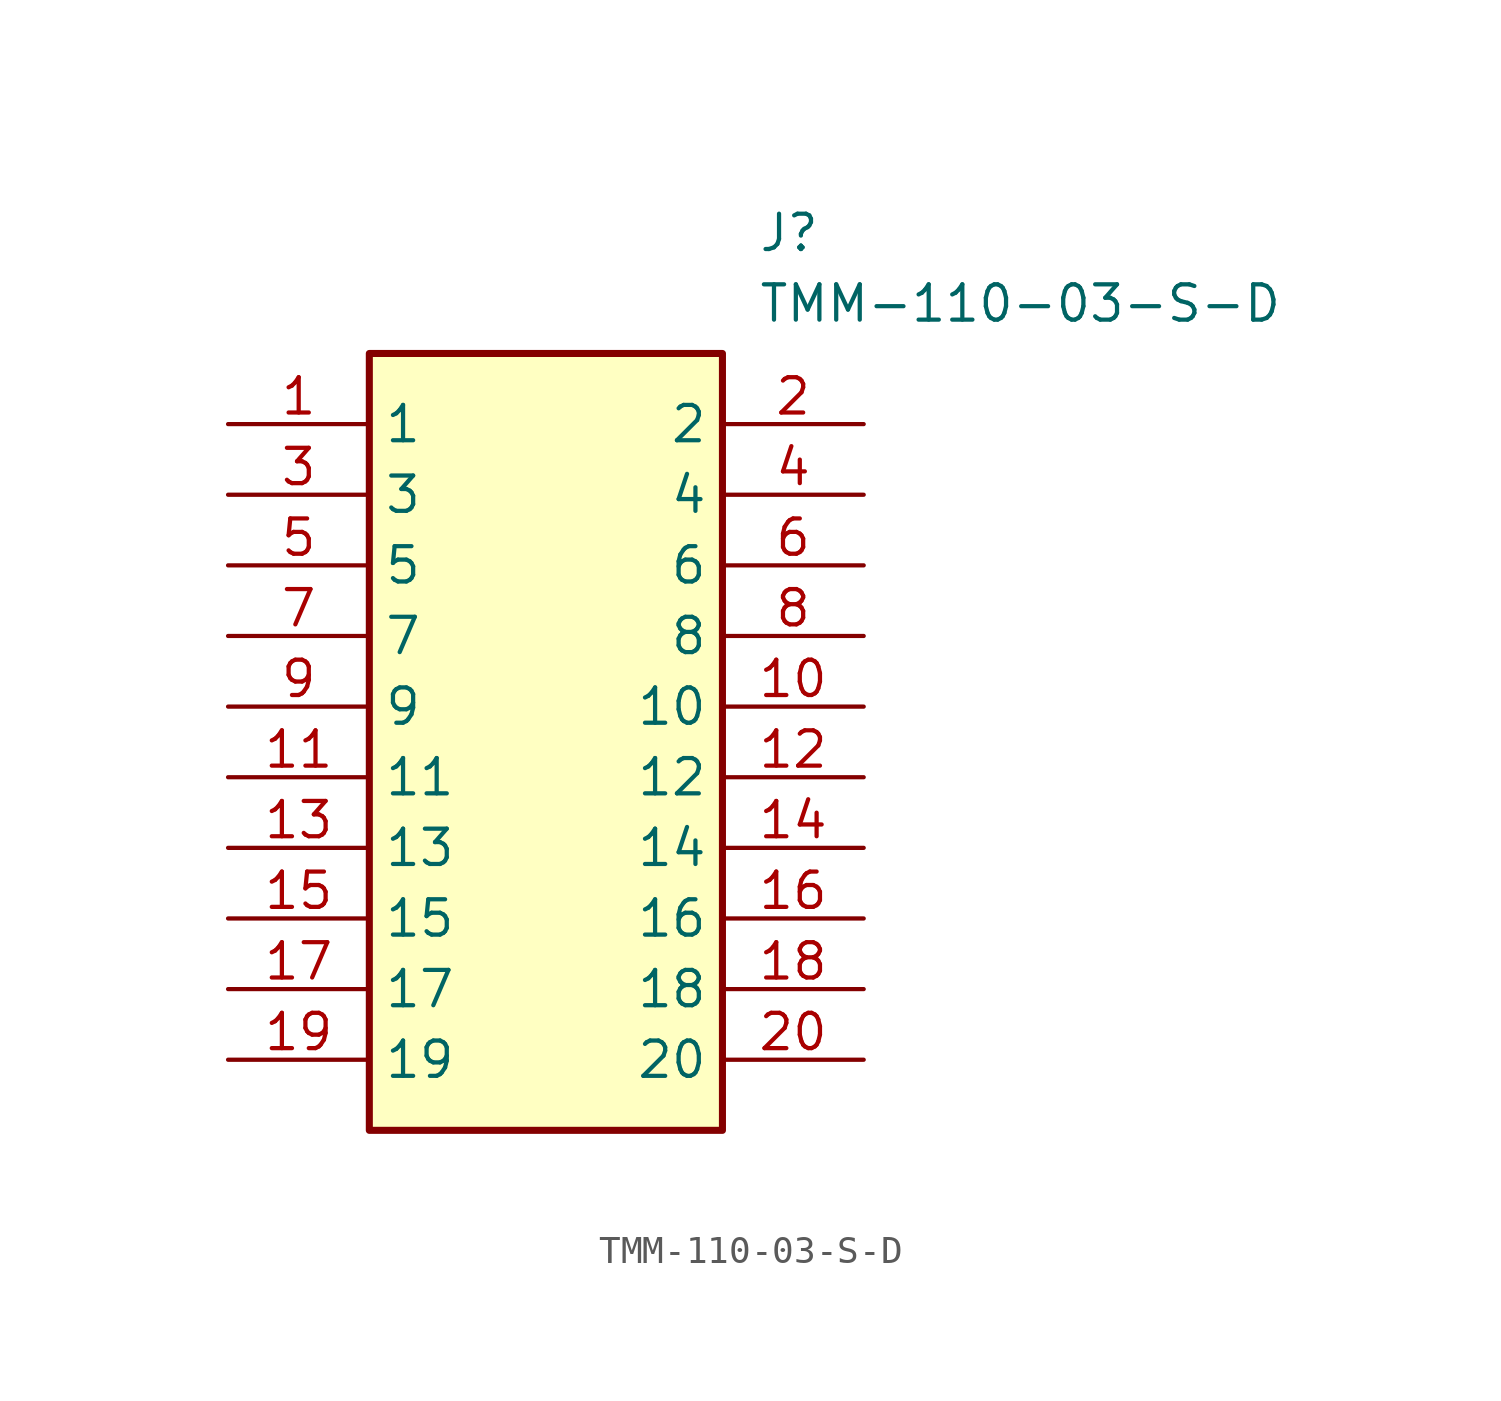
<source format=kicad_sym>
(kicad_symbol_lib
  (version 20220914)
  (generator SamacSys_ECAD_Model)
  (symbol "TMM-110-03-S-D"
    (property "Reference" "J"
      (at 19.05 7.62 0)
      (effects (font (size 1.27 1.27)) (justify left top)))
    (property "Value" "TMM-110-03-S-D"
      (at 19.05 5.08 0)
      (effects (font (size 1.27 1.27)) (justify left top)))
    (rectangle
      (start 5.08 2.54)
      (end 17.78 -25.4)
      (stroke (width 0.254) (type default))
      (fill (type background)))
    (pin passive line
      (at 0 0 0)
      (length 5.08)
      (name "1" (effects (font (size 1.27 1.27))))
      (number "1" (effects (font (size 1.27 1.27)))))
    (pin passive line
      (at 0 -2.54 0)
      (length 5.08)
      (name "3" (effects (font (size 1.27 1.27))))
      (number "3" (effects (font (size 1.27 1.27)))))
    (pin passive line
      (at 0 -5.08 0)
      (length 5.08)
      (name "5" (effects (font (size 1.27 1.27))))
      (number "5" (effects (font (size 1.27 1.27)))))
    (pin passive line
      (at 0 -7.62 0)
      (length 5.08)
      (name "7" (effects (font (size 1.27 1.27))))
      (number "7" (effects (font (size 1.27 1.27)))))
    (pin passive line
      (at 0 -10.16 0)
      (length 5.08)
      (name "9" (effects (font (size 1.27 1.27))))
      (number "9" (effects (font (size 1.27 1.27)))))
    (pin passive line
      (at 0 -12.7 0)
      (length 5.08)
      (name "11" (effects (font (size 1.27 1.27))))
      (number "11" (effects (font (size 1.27 1.27)))))
    (pin passive line
      (at 0 -15.24 0)
      (length 5.08)
      (name "13" (effects (font (size 1.27 1.27))))
      (number "13" (effects (font (size 1.27 1.27)))))
    (pin passive line
      (at 0 -17.78 0)
      (length 5.08)
      (name "15" (effects (font (size 1.27 1.27))))
      (number "15" (effects (font (size 1.27 1.27)))))
    (pin passive line
      (at 0 -20.32 0)
      (length 5.08)
      (name "17" (effects (font (size 1.27 1.27))))
      (number "17" (effects (font (size 1.27 1.27)))))
    (pin passive line
      (at 0 -22.86 0)
      (length 5.08)
      (name "19" (effects (font (size 1.27 1.27))))
      (number "19" (effects (font (size 1.27 1.27)))))
    (pin passive line
      (at 22.86 0 180)
      (length 5.08)
      (name "2" (effects (font (size 1.27 1.27))))
      (number "2" (effects (font (size 1.27 1.27)))))
    (pin passive line
      (at 22.86 -2.54 180)
      (length 5.08)
      (name "4" (effects (font (size 1.27 1.27))))
      (number "4" (effects (font (size 1.27 1.27)))))
    (pin passive line
      (at 22.86 -5.08 180)
      (length 5.08)
      (name "6" (effects (font (size 1.27 1.27))))
      (number "6" (effects (font (size 1.27 1.27)))))
    (pin passive line
      (at 22.86 -7.62 180)
      (length 5.08)
      (name "8" (effects (font (size 1.27 1.27))))
      (number "8" (effects (font (size 1.27 1.27)))))
    (pin passive line
      (at 22.86 -10.16 180)
      (length 5.08)
      (name "10" (effects (font (size 1.27 1.27))))
      (number "10" (effects (font (size 1.27 1.27)))))
    (pin passive line
      (at 22.86 -12.7 180)
      (length 5.08)
      (name "12" (effects (font (size 1.27 1.27))))
      (number "12" (effects (font (size 1.27 1.27)))))
    (pin passive line
      (at 22.86 -15.24 180)
      (length 5.08)
      (name "14" (effects (font (size 1.27 1.27))))
      (number "14" (effects (font (size 1.27 1.27)))))
    (pin passive line
      (at 22.86 -17.78 180)
      (length 5.08)
      (name "16" (effects (font (size 1.27 1.27))))
      (number "16" (effects (font (size 1.27 1.27)))))
    (pin passive line
      (at 22.86 -20.32 180)
      (length 5.08)
      (name "18" (effects (font (size 1.27 1.27))))
      (number "18" (effects (font (size 1.27 1.27)))))
    (pin passive line
      (at 22.86 -22.86 180)
      (length 5.08)
      (name "20" (effects (font (size 1.27 1.27))))
      (number "20" (effects (font (size 1.27 1.27)))))))
</source>
